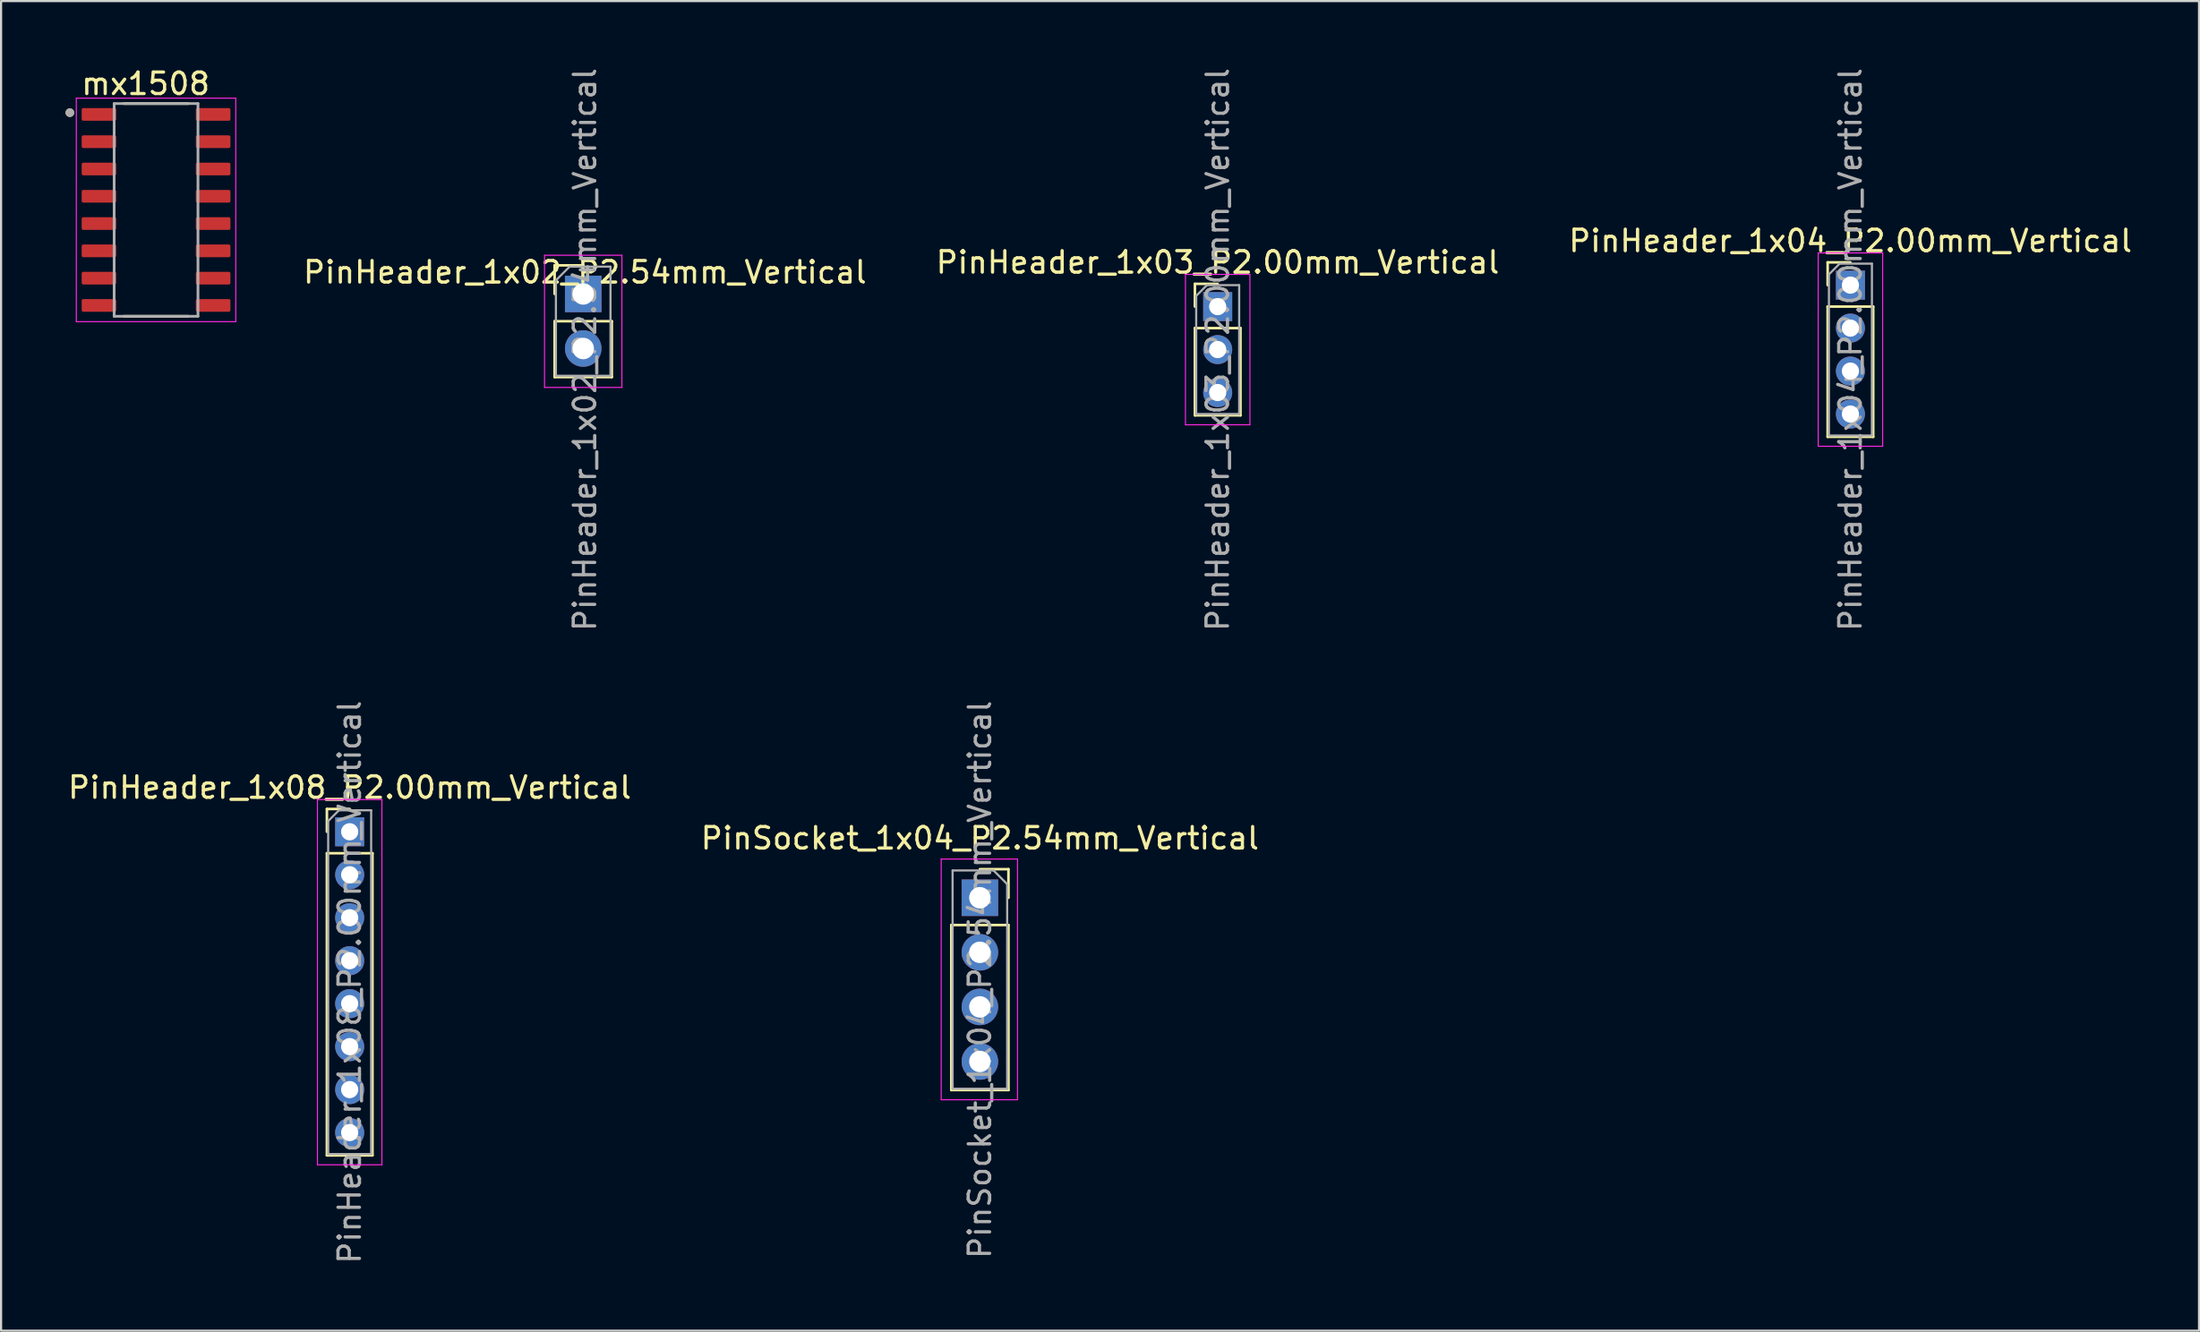
<source format=kicad_pcb>
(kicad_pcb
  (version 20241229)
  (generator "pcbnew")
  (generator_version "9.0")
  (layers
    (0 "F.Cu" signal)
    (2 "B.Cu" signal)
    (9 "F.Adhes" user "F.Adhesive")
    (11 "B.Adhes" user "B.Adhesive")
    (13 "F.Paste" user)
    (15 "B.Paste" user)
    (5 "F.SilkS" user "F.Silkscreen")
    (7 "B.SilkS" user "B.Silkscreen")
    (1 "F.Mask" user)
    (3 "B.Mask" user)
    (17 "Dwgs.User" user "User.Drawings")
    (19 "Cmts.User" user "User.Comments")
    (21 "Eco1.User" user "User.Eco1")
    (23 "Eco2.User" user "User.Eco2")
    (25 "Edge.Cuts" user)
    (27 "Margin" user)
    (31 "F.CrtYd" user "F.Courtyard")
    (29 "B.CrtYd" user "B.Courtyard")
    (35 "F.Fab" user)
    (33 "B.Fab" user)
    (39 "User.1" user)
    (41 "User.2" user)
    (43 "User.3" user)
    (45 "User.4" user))
  (footprint "PinHeader_1x08_P2.00mm_Vertical"
    (layer "F.Cu")
    (at 13.22 35.661)
    (property "Reference" "PinHeader_1x08_P2.00mm_Vertical" (at 0 -2.06 0) (layer "F.SilkS") (effects (font (size 1 1) (thickness 0.15))))
    (attr through_hole)
    (fp_line (start -1.06 -1.06) (end 0 -1.06) (stroke (width 0.12) (type solid)) (layer "F.SilkS"))
    (fp_line (start -1.06 0) (end -1.06 -1.06) (stroke (width 0.12) (type solid)) (layer "F.SilkS"))
    (fp_line (start -1.06 1) (end -1.06 15.06) (stroke (width 0.12) (type solid)) (layer "F.SilkS"))
    (fp_line (start -1.06 1) (end 1.06 1) (stroke (width 0.12) (type solid)) (layer "F.SilkS"))
    (fp_line (start -1.06 15.06) (end 1.06 15.06) (stroke (width 0.12) (type solid)) (layer "F.SilkS"))
    (fp_line (start 1.06 1) (end 1.06 15.06) (stroke (width 0.12) (type solid)) (layer "F.SilkS"))
    (fp_line (start -1.5 -1.5) (end -1.5 15.5) (stroke (width 0.05) (type solid)) (layer "F.CrtYd"))
    (fp_line (start -1.5 15.5) (end 1.5 15.5) (stroke (width 0.05) (type solid)) (layer "F.CrtYd"))
    (fp_line (start 1.5 -1.5) (end -1.5 -1.5) (stroke (width 0.05) (type solid)) (layer "F.CrtYd"))
    (fp_line (start 1.5 15.5) (end 1.5 -1.5) (stroke (width 0.05) (type solid)) (layer "F.CrtYd"))
    (fp_line (start -1 -0.5) (end -0.5 -1) (stroke (width 0.1) (type solid)) (layer "F.Fab"))
    (fp_line (start -1 15) (end -1 -0.5) (stroke (width 0.1) (type solid)) (layer "F.Fab"))
    (fp_line (start -0.5 -1) (end 1 -1) (stroke (width 0.1) (type solid)) (layer "F.Fab"))
    (fp_line (start 1 -1) (end 1 15) (stroke (width 0.1) (type solid)) (layer "F.Fab"))
    (fp_line (start 1 15) (end -1 15) (stroke (width 0.1) (type solid)) (layer "F.Fab"))
    (fp_text user "${REFERENCE}" (at 0 7 90) (layer "F.Fab") (effects (font (size 1 1) (thickness 0.15))))
    (pad "1" thru_hole rect (at 0 0) (size 1.35 1.35) (drill 0.8) (layers "*.Cu" "*.Mask"))
    (pad "2" thru_hole oval (at 0 2) (size 1.35 1.35) (drill 0.8) (layers "*.Cu" "*.Mask"))
    (pad "3" thru_hole oval (at 0 4) (size 1.35 1.35) (drill 0.8) (layers "*.Cu" "*.Mask"))
    (pad "4" thru_hole oval (at 0 6) (size 1.35 1.35) (drill 0.8) (layers "*.Cu" "*.Mask"))
    (pad "5" thru_hole oval (at 0 8) (size 1.35 1.35) (drill 0.8) (layers "*.Cu" "*.Mask"))
    (pad "6" thru_hole oval (at 0 10) (size 1.35 1.35) (drill 0.8) (layers "*.Cu" "*.Mask"))
    (pad "7" thru_hole oval (at 0 12) (size 1.35 1.35) (drill 0.8) (layers "*.Cu" "*.Mask"))
    (pad "8" thru_hole oval (at 0 14) (size 1.35 1.35) (drill 0.8) (layers "*.Cu" "*.Mask")))
  (footprint "PinHeader_1x03_P2.00mm_Vertical"
    (layer "F.Cu")
    (at 53.607 11.22)
    (property "Reference" "PinHeader_1x03_P2.00mm_Vertical" (at 0 -2.06 180) (layer "F.SilkS") (effects (font (size 1 1) (thickness 0.15))))
    (attr through_hole)
    (fp_line (start -1.06 -1.06) (end 0 -1.06) (stroke (width 0.12) (type solid)) (layer "F.SilkS"))
    (fp_line (start -1.06 0) (end -1.06 -1.06) (stroke (width 0.12) (type solid)) (layer "F.SilkS"))
    (fp_line (start -1.06 1) (end -1.06 5.06) (stroke (width 0.12) (type solid)) (layer "F.SilkS"))
    (fp_line (start -1.06 1) (end 1.06 1) (stroke (width 0.12) (type solid)) (layer "F.SilkS"))
    (fp_line (start -1.06 5.06) (end 1.06 5.06) (stroke (width 0.12) (type solid)) (layer "F.SilkS"))
    (fp_line (start 1.06 1) (end 1.06 5.06) (stroke (width 0.12) (type solid)) (layer "F.SilkS"))
    (fp_line (start -1.5 -1.5) (end -1.5 5.5) (stroke (width 0.05) (type solid)) (layer "F.CrtYd"))
    (fp_line (start -1.5 5.5) (end 1.5 5.5) (stroke (width 0.05) (type solid)) (layer "F.CrtYd"))
    (fp_line (start 1.5 -1.5) (end -1.5 -1.5) (stroke (width 0.05) (type solid)) (layer "F.CrtYd"))
    (fp_line (start 1.5 5.5) (end 1.5 -1.5) (stroke (width 0.05) (type solid)) (layer "F.CrtYd"))
    (fp_line (start -1 -0.5) (end -0.5 -1) (stroke (width 0.1) (type solid)) (layer "F.Fab"))
    (fp_line (start -1 5) (end -1 -0.5) (stroke (width 0.1) (type solid)) (layer "F.Fab"))
    (fp_line (start -0.5 -1) (end 1 -1) (stroke (width 0.1) (type solid)) (layer "F.Fab"))
    (fp_line (start 1 -1) (end 1 5) (stroke (width 0.1) (type solid)) (layer "F.Fab"))
    (fp_line (start 1 5) (end -1 5) (stroke (width 0.1) (type solid)) (layer "F.Fab"))
    (fp_text user "${REFERENCE}" (at 0 2 270) (layer "F.Fab") (effects (font (size 1 1) (thickness 0.15))))
    (pad "1" thru_hole rect (at 0 0) (size 1.35 1.35) (drill 0.8) (layers "*.Cu" "*.Mask"))
    (pad "2" thru_hole oval (at 0 2) (size 1.35 1.35) (drill 0.8) (layers "*.Cu" "*.Mask"))
    (pad "3" thru_hole oval (at 0 4) (size 1.35 1.35) (drill 0.8) (layers "*.Cu" "*.Mask")))
  (footprint "PinHeader_1x04_P2.00mm_Vertical"
    (layer "F.Cu")
    (at 83.047 10.22)
    (property "Reference" "PinHeader_1x04_P2.00mm_Vertical" (at 0 -2.06 180) (layer "F.SilkS") (effects (font (size 1 1) (thickness 0.15))))
    (attr through_hole)
    (fp_line (start -1.06 -1.06) (end 0 -1.06) (stroke (width 0.12) (type solid)) (layer "F.SilkS"))
    (fp_line (start -1.06 0) (end -1.06 -1.06) (stroke (width 0.12) (type solid)) (layer "F.SilkS"))
    (fp_line (start -1.06 1) (end -1.06 7.06) (stroke (width 0.12) (type solid)) (layer "F.SilkS"))
    (fp_line (start -1.06 1) (end 1.06 1) (stroke (width 0.12) (type solid)) (layer "F.SilkS"))
    (fp_line (start -1.06 7.06) (end 1.06 7.06) (stroke (width 0.12) (type solid)) (layer "F.SilkS"))
    (fp_line (start 1.06 1) (end 1.06 7.06) (stroke (width 0.12) (type solid)) (layer "F.SilkS"))
    (fp_line (start -1.5 -1.5) (end -1.5 7.5) (stroke (width 0.05) (type solid)) (layer "F.CrtYd"))
    (fp_line (start -1.5 7.5) (end 1.5 7.5) (stroke (width 0.05) (type solid)) (layer "F.CrtYd"))
    (fp_line (start 1.5 -1.5) (end -1.5 -1.5) (stroke (width 0.05) (type solid)) (layer "F.CrtYd"))
    (fp_line (start 1.5 7.5) (end 1.5 -1.5) (stroke (width 0.05) (type solid)) (layer "F.CrtYd"))
    (fp_line (start -1 -0.5) (end -0.5 -1) (stroke (width 0.1) (type solid)) (layer "F.Fab"))
    (fp_line (start -1 7) (end -1 -0.5) (stroke (width 0.1) (type solid)) (layer "F.Fab"))
    (fp_line (start -0.5 -1) (end 1 -1) (stroke (width 0.1) (type solid)) (layer "F.Fab"))
    (fp_line (start 1 -1) (end 1 7) (stroke (width 0.1) (type solid)) (layer "F.Fab"))
    (fp_line (start 1 7) (end -1 7) (stroke (width 0.1) (type solid)) (layer "F.Fab"))
    (fp_text user "${REFERENCE}" (at 0 3 270) (layer "F.Fab") (effects (font (size 1 1) (thickness 0.15))))
    (pad "1" thru_hole rect (at 0 0) (size 1.35 1.35) (drill 0.8) (layers "*.Cu" "*.Mask"))
    (pad "2" thru_hole oval (at 0 2) (size 1.35 1.35) (drill 0.8) (layers "*.Cu" "*.Mask"))
    (pad "3" thru_hole oval (at 0 4) (size 1.35 1.35) (drill 0.8) (layers "*.Cu" "*.Mask"))
    (pad "4" thru_hole oval (at 0 6) (size 1.35 1.35) (drill 0.8) (layers "*.Cu" "*.Mask")))
  (footprint "mx1508"
    (layer "F.Cu")
    (at 4.211 6.72)
    (property "Reference" "mx1508" (at -0.485 -5.872 0) (layer "F.SilkS") (effects (font (size 1 1) (thickness 0.15))))
    (attr smd)
    (fp_line (start -1.5 -4.95) (end 1.5 -4.95) (stroke (width 0.127) (type solid)) (layer "F.SilkS"))
    (fp_line (start -1.5 4.95) (end 1.5 4.95) (stroke (width 0.127) (type solid)) (layer "F.SilkS"))
    (fp_circle (center -4.011 -4.527) (end -3.911 -4.527) (stroke (width 0.2) (type solid)) (fill no) (layer "F.SilkS"))
    (fp_line (start -3.71 -5.2) (end -3.71 5.2) (stroke (width 0.05) (type solid)) (layer "F.CrtYd"))
    (fp_line (start -3.71 -5.2) (end 3.71 -5.2) (stroke (width 0.05) (type solid)) (layer "F.CrtYd"))
    (fp_line (start -3.71 5.2) (end 3.71 5.2) (stroke (width 0.05) (type solid)) (layer "F.CrtYd"))
    (fp_line (start 3.71 -5.2) (end 3.71 5.2) (stroke (width 0.05) (type solid)) (layer "F.CrtYd"))
    (fp_line (start -1.95 -4.95) (end -1.95 4.95) (stroke (width 0.127) (type solid)) (layer "F.Fab"))
    (fp_line (start -1.95 -4.95) (end 1.95 -4.95) (stroke (width 0.127) (type solid)) (layer "F.Fab"))
    (fp_line (start -1.95 4.95) (end 1.95 4.95) (stroke (width 0.127) (type solid)) (layer "F.Fab"))
    (fp_line (start 1.95 -4.95) (end 1.95 4.95) (stroke (width 0.127) (type solid)) (layer "F.Fab"))
    (fp_circle (center -4.011 -4.527) (end -3.911 -4.527) (stroke (width 0.2) (type solid)) (fill no) (layer "F.Fab"))
    (pad "1" smd roundrect (at -2.655 -4.445) (size 1.61 0.59) (layers "F.Cu" "F.Mask" "F.Paste") (roundrect_rratio 0.125))
    (pad "2" smd roundrect (at -2.655 -3.175) (size 1.61 0.59) (layers "F.Cu" "F.Mask" "F.Paste") (roundrect_rratio 0.125))
    (pad "3" smd roundrect (at -2.655 -1.905) (size 1.61 0.59) (layers "F.Cu" "F.Mask" "F.Paste") (roundrect_rratio 0.125))
    (pad "4" smd roundrect (at -2.655 -0.635) (size 1.61 0.59) (layers "F.Cu" "F.Mask" "F.Paste") (roundrect_rratio 0.125))
    (pad "5" smd roundrect (at -2.655 0.635) (size 1.61 0.59) (layers "F.Cu" "F.Mask" "F.Paste") (roundrect_rratio 0.125))
    (pad "6" smd roundrect (at -2.655 1.905) (size 1.61 0.59) (layers "F.Cu" "F.Mask" "F.Paste") (roundrect_rratio 0.125))
    (pad "7" smd roundrect (at -2.655 3.175) (size 1.61 0.59) (layers "F.Cu" "F.Mask" "F.Paste") (roundrect_rratio 0.125))
    (pad "8" smd roundrect (at -2.655 4.445) (size 1.61 0.59) (layers "F.Cu" "F.Mask" "F.Paste") (roundrect_rratio 0.125))
    (pad "9" smd roundrect (at 2.655 4.445) (size 1.61 0.59) (layers "F.Cu" "F.Mask" "F.Paste") (roundrect_rratio 0.125))
    (pad "10" smd roundrect (at 2.655 3.175) (size 1.61 0.59) (layers "F.Cu" "F.Mask" "F.Paste") (roundrect_rratio 0.125))
    (pad "11" smd roundrect (at 2.655 1.905) (size 1.61 0.59) (layers "F.Cu" "F.Mask" "F.Paste") (roundrect_rratio 0.125))
    (pad "12" smd roundrect (at 2.655 0.635) (size 1.61 0.59) (layers "F.Cu" "F.Mask" "F.Paste") (roundrect_rratio 0.125))
    (pad "13" smd roundrect (at 2.655 -0.635) (size 1.61 0.59) (layers "F.Cu" "F.Mask" "F.Paste") (roundrect_rratio 0.125))
    (pad "14" smd roundrect (at 2.655 -1.905) (size 1.61 0.59) (layers "F.Cu" "F.Mask" "F.Paste") (roundrect_rratio 0.125))
    (pad "15" smd roundrect (at 2.655 -3.175) (size 1.61 0.59) (layers "F.Cu" "F.Mask" "F.Paste") (roundrect_rratio 0.125))
    (pad "16" smd roundrect (at 2.655 -4.445) (size 1.61 0.59) (layers "F.Cu" "F.Mask" "F.Paste") (roundrect_rratio 0.125)))
  (footprint "PinHeader_1x02_P2.54mm_Vertical"
    (layer "F.Cu")
    (at 24.166 11.95)
    (property "Reference" "PinHeader_1x02_P2.54mm_Vertical" (at 0 -2.33 180) (layer "F.SilkS") (effects (font (size 1 1) (thickness 0.15))))
    (attr through_hole)
    (fp_line (start -1.41 -2.65) (end -0.08 -2.65) (stroke (width 0.12) (type solid)) (layer "F.SilkS"))
    (fp_line (start -1.41 -1.32) (end -1.41 -2.65) (stroke (width 0.12) (type solid)) (layer "F.SilkS"))
    (fp_line (start -1.41 -0.05) (end -1.41 2.55) (stroke (width 0.12) (type solid)) (layer "F.SilkS"))
    (fp_line (start -1.41 -0.05) (end 1.25 -0.05) (stroke (width 0.12) (type solid)) (layer "F.SilkS"))
    (fp_line (start -1.41 2.55) (end 1.25 2.55) (stroke (width 0.12) (type solid)) (layer "F.SilkS"))
    (fp_line (start 1.25 -0.05) (end 1.25 2.55) (stroke (width 0.12) (type solid)) (layer "F.SilkS"))
    (fp_line (start -1.88 -3.12) (end -1.88 3.03) (stroke (width 0.05) (type solid)) (layer "F.CrtYd"))
    (fp_line (start -1.88 3.03) (end 1.72 3.03) (stroke (width 0.05) (type solid)) (layer "F.CrtYd"))
    (fp_line (start 1.72 -3.12) (end -1.88 -3.12) (stroke (width 0.05) (type solid)) (layer "F.CrtYd"))
    (fp_line (start 1.72 3.03) (end 1.72 -3.12) (stroke (width 0.05) (type solid)) (layer "F.CrtYd"))
    (fp_line (start -1.35 -1.955) (end -0.715 -2.59) (stroke (width 0.1) (type solid)) (layer "F.Fab"))
    (fp_line (start -1.35 2.49) (end -1.35 -1.955) (stroke (width 0.1) (type solid)) (layer "F.Fab"))
    (fp_line (start -0.715 -2.59) (end 1.19 -2.59) (stroke (width 0.1) (type solid)) (layer "F.Fab"))
    (fp_line (start 1.19 -2.59) (end 1.19 2.49) (stroke (width 0.1) (type solid)) (layer "F.Fab"))
    (fp_line (start 1.19 2.49) (end -1.35 2.49) (stroke (width 0.1) (type solid)) (layer "F.Fab"))
    (fp_text user "${REFERENCE}" (at 0 1.27 270) (layer "F.Fab") (effects (font (size 1 1) (thickness 0.15))))
    (pad "1" thru_hole rect (at -0.08 -1.32) (size 1.7 1.7) (drill 1) (layers "*.Cu" "*.Mask"))
    (pad "2" thru_hole oval (at -0.08 1.22) (size 1.7 1.7) (drill 1) (layers "*.Cu" "*.Mask")))
  (footprint "PinSocket_1x04_P2.54mm_Vertical"
    (layer "F.Cu")
    (at 42.542 42.592)
    (property "Reference" "PinSocket_1x04_P2.54mm_Vertical" (at 0 -6.63 0) (layer "F.SilkS") (effects (font (size 1 1) (thickness 0.15))))
    (attr through_hole)
    (fp_line (start -1.33 -2.59) (end -1.33 5.09) (stroke (width 0.12) (type solid)) (layer "F.SilkS"))
    (fp_line (start -1.33 -2.59) (end 1.33 -2.59) (stroke (width 0.12) (type solid)) (layer "F.SilkS"))
    (fp_line (start -1.33 5.09) (end 1.33 5.09) (stroke (width 0.12) (type solid)) (layer "F.SilkS"))
    (fp_line (start 0 -5.19) (end 1.33 -5.19) (stroke (width 0.12) (type solid)) (layer "F.SilkS"))
    (fp_line (start 1.33 -5.19) (end 1.33 -3.86) (stroke (width 0.12) (type solid)) (layer "F.SilkS"))
    (fp_line (start 1.33 -2.59) (end 1.33 5.09) (stroke (width 0.12) (type solid)) (layer "F.SilkS"))
    (fp_line (start -1.8 -5.66) (end 1.75 -5.66) (stroke (width 0.05) (type solid)) (layer "F.CrtYd"))
    (fp_line (start -1.8 5.54) (end -1.8 -5.66) (stroke (width 0.05) (type solid)) (layer "F.CrtYd"))
    (fp_line (start 1.75 -5.66) (end 1.75 5.54) (stroke (width 0.05) (type solid)) (layer "F.CrtYd"))
    (fp_line (start 1.75 5.54) (end -1.8 5.54) (stroke (width 0.05) (type solid)) (layer "F.CrtYd"))
    (fp_line (start -1.27 -5.13) (end 0.635 -5.13) (stroke (width 0.1) (type solid)) (layer "F.Fab"))
    (fp_line (start -1.27 5.03) (end -1.27 -5.13) (stroke (width 0.1) (type solid)) (layer "F.Fab"))
    (fp_line (start 0.635 -5.13) (end 1.27 -4.495) (stroke (width 0.1) (type solid)) (layer "F.Fab"))
    (fp_line (start 1.27 -4.495) (end 1.27 5.03) (stroke (width 0.1) (type solid)) (layer "F.Fab"))
    (fp_line (start 1.27 5.03) (end -1.27 5.03) (stroke (width 0.1) (type solid)) (layer "F.Fab"))
    (fp_text user "${REFERENCE}" (at 0 -0.05 90) (layer "F.Fab") (effects (font (size 1 1) (thickness 0.15))))
    (pad "1" thru_hole rect (at 0 -3.86) (size 1.7 1.7) (drill 1) (layers "*.Cu" "*.Mask"))
    (pad "2" thru_hole oval (at 0 -1.32) (size 1.7 1.7) (drill 1) (layers "*.Cu" "*.Mask"))
    (pad "3" thru_hole oval (at 0 1.22) (size 1.7 1.7) (drill 1) (layers "*.Cu" "*.Mask"))
    (pad "4" thru_hole oval (at 0 3.76) (size 1.7 1.7) (drill 1) (layers "*.Cu" "*.Mask")))
  (gr_rect
    (start -3 -3)
    (end 99.267 58.881)
    (stroke (width 0.1) (type default))
    (fill no)
    (layer "Edge.Cuts")))
</source>
